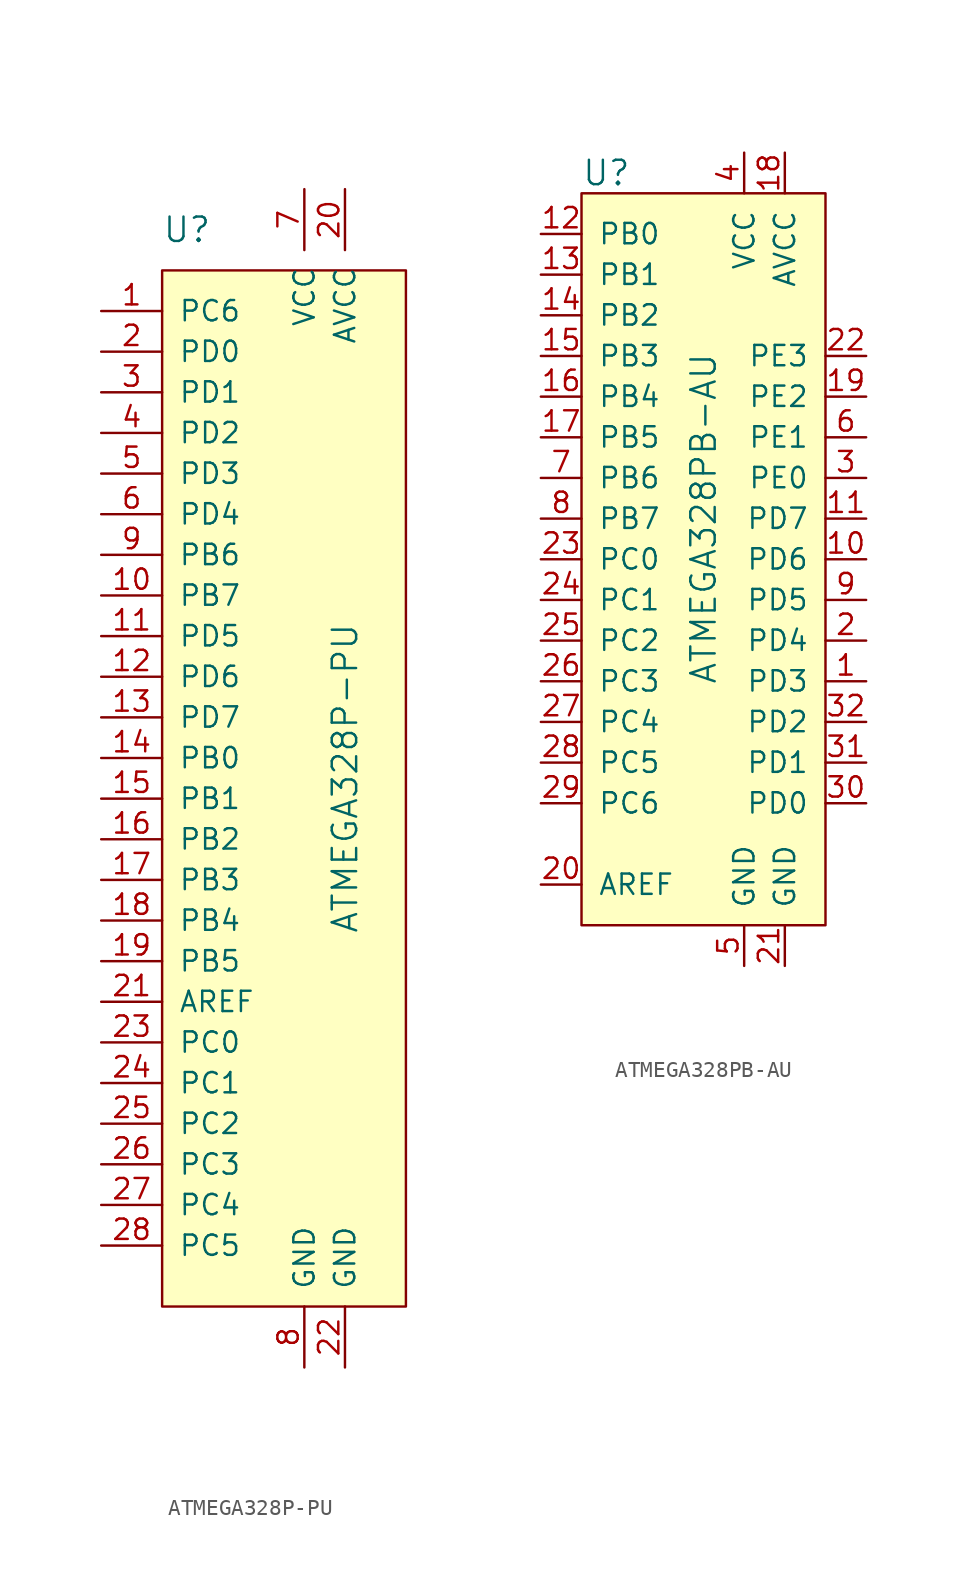
<source format=kicad_sym>
(kicad_symbol_lib
  (version 20211014)
  (generator kicad_symbol_editor)
  (symbol "ATMEGA328P-PU"
    (pin_names
      (offset 1.016))
    (property "Reference" "U"
      (at -8.89 33.02 0)
      (effects (font (size 1.524 1.524)) (justify left)))
    (property "Value" "ATMEGA328P-PU"
      (at 2.54 -1.27 90)
      (effects (font (size 1.524 1.524))))
    (symbol "ATMEGA328P-PU_0_1"
      (rectangle (start -8.89 30.48) (end 6.35 -34.29) (stroke (width 0) (type default) (color 0 0 0 0)) (fill (type background))))
    (symbol "ATMEGA328P-PU_1_1"
      (pin bidirectional line (at -12.7 27.94 0) (length 3.81) (name "PC6" (effects (font (size 1.27 1.27)))) (number "1" (effects (font (size 1.27 1.27)))))
      (pin bidirectional line (at -12.7 10.16 0) (length 3.81) (name "PB7" (effects (font (size 1.27 1.27)))) (number "10" (effects (font (size 1.27 1.27)))))
      (pin bidirectional line (at -12.7 7.62 0) (length 3.81) (name "PD5" (effects (font (size 1.27 1.27)))) (number "11" (effects (font (size 1.27 1.27)))))
      (pin bidirectional line (at -12.7 5.08 0) (length 3.81) (name "PD6" (effects (font (size 1.27 1.27)))) (number "12" (effects (font (size 1.27 1.27)))))
      (pin bidirectional line (at -12.7 2.54 0) (length 3.81) (name "PD7" (effects (font (size 1.27 1.27)))) (number "13" (effects (font (size 1.27 1.27)))))
      (pin bidirectional line (at -12.7 0 0) (length 3.81) (name "PB0" (effects (font (size 1.27 1.27)))) (number "14" (effects (font (size 1.27 1.27)))))
      (pin bidirectional line (at -12.7 -2.54 0) (length 3.81) (name "PB1" (effects (font (size 1.27 1.27)))) (number "15" (effects (font (size 1.27 1.27)))))
      (pin bidirectional line (at -12.7 -5.08 0) (length 3.81) (name "PB2" (effects (font (size 1.27 1.27)))) (number "16" (effects (font (size 1.27 1.27)))))
      (pin bidirectional line (at -12.7 -7.62 0) (length 3.81) (name "PB3" (effects (font (size 1.27 1.27)))) (number "17" (effects (font (size 1.27 1.27)))))
      (pin bidirectional line (at -12.7 -10.16 0) (length 3.81) (name "PB4" (effects (font (size 1.27 1.27)))) (number "18" (effects (font (size 1.27 1.27)))))
      (pin bidirectional line (at -12.7 -12.7 0) (length 3.81) (name "PB5" (effects (font (size 1.27 1.27)))) (number "19" (effects (font (size 1.27 1.27)))))
      (pin bidirectional line (at -12.7 25.4 0) (length 3.81) (name "PD0" (effects (font (size 1.27 1.27)))) (number "2" (effects (font (size 1.27 1.27)))))
      (pin power_in line (at 2.54 35.56 270) (length 3.81) (name "AVCC" (effects (font (size 1.27 1.27)))) (number "20" (effects (font (size 1.27 1.27)))))
      (pin input line (at -12.7 -15.24 0) (length 3.81) (name "AREF" (effects (font (size 1.27 1.27)))) (number "21" (effects (font (size 1.27 1.27)))))
      (pin power_in line (at 2.54 -38.1 90) (length 3.81) (name "GND" (effects (font (size 1.27 1.27)))) (number "22" (effects (font (size 1.27 1.27)))))
      (pin bidirectional line (at -12.7 -17.78 0) (length 3.81) (name "PC0" (effects (font (size 1.27 1.27)))) (number "23" (effects (font (size 1.27 1.27)))))
      (pin bidirectional line (at -12.7 -20.32 0) (length 3.81) (name "PC1" (effects (font (size 1.27 1.27)))) (number "24" (effects (font (size 1.27 1.27)))))
      (pin bidirectional line (at -12.7 -22.86 0) (length 3.81) (name "PC2" (effects (font (size 1.27 1.27)))) (number "25" (effects (font (size 1.27 1.27)))))
      (pin bidirectional line (at -12.7 -25.4 0) (length 3.81) (name "PC3" (effects (font (size 1.27 1.27)))) (number "26" (effects (font (size 1.27 1.27)))))
      (pin bidirectional line (at -12.7 -27.94 0) (length 3.81) (name "PC4" (effects (font (size 1.27 1.27)))) (number "27" (effects (font (size 1.27 1.27)))))
      (pin bidirectional line (at -12.7 -30.48 0) (length 3.81) (name "PC5" (effects (font (size 1.27 1.27)))) (number "28" (effects (font (size 1.27 1.27)))))
      (pin bidirectional line (at -12.7 22.86 0) (length 3.81) (name "PD1" (effects (font (size 1.27 1.27)))) (number "3" (effects (font (size 1.27 1.27)))))
      (pin bidirectional line (at -12.7 20.32 0) (length 3.81) (name "PD2" (effects (font (size 1.27 1.27)))) (number "4" (effects (font (size 1.27 1.27)))))
      (pin bidirectional line (at -12.7 17.78 0) (length 3.81) (name "PD3" (effects (font (size 1.27 1.27)))) (number "5" (effects (font (size 1.27 1.27)))))
      (pin bidirectional line (at -12.7 15.24 0) (length 3.81) (name "PD4" (effects (font (size 1.27 1.27)))) (number "6" (effects (font (size 1.27 1.27)))))
      (pin power_in line (at 0 35.56 270) (length 3.81) (name "VCC" (effects (font (size 1.27 1.27)))) (number "7" (effects (font (size 1.27 1.27)))))
      (pin power_in line (at 0 -38.1 90) (length 3.81) (name "GND" (effects (font (size 1.27 1.27)))) (number "8" (effects (font (size 1.27 1.27)))))
      (pin bidirectional line (at -12.7 12.7 0) (length 3.81) (name "PB6" (effects (font (size 1.27 1.27)))) (number "9" (effects (font (size 1.27 1.27)))))))
  (symbol "ATMEGA328PB-AU"
    (pin_names
      (offset 1.016))
    (property "Reference" "U"
      (at -10.16 13.97 0)
      (effects (font (size 1.524 1.524)) (justify left)))
    (property "Value" "ATMEGA328PB-AU"
      (at -2.54 -7.62 90)
      (effects (font (size 1.524 1.524))))
    (symbol "ATMEGA328PB-AU_0_1"
      (rectangle (start -10.16 12.7) (end 5.08 -33.02) (stroke (width 0) (type default) (color 0 0 0 0)) (fill (type background))))
    (symbol "ATMEGA328PB-AU_1_1"
      (pin bidirectional line (at 7.62 -17.78 180) (length 2.54) (name "PD3" (effects (font (size 1.27 1.27)))) (number "1" (effects (font (size 1.27 1.27)))))
      (pin bidirectional line (at 7.62 -10.16 180) (length 2.54) (name "PD6" (effects (font (size 1.27 1.27)))) (number "10" (effects (font (size 1.27 1.27)))))
      (pin bidirectional line (at 7.62 -7.62 180) (length 2.54) (name "PD7" (effects (font (size 1.27 1.27)))) (number "11" (effects (font (size 1.27 1.27)))))
      (pin bidirectional line (at -12.7 10.16 0) (length 2.54) (name "PB0" (effects (font (size 1.27 1.27)))) (number "12" (effects (font (size 1.27 1.27)))))
      (pin bidirectional line (at -12.7 7.62 0) (length 2.54) (name "PB1" (effects (font (size 1.27 1.27)))) (number "13" (effects (font (size 1.27 1.27)))))
      (pin bidirectional line (at -12.7 5.08 0) (length 2.54) (name "PB2" (effects (font (size 1.27 1.27)))) (number "14" (effects (font (size 1.27 1.27)))))
      (pin bidirectional line (at -12.7 2.54 0) (length 2.54) (name "PB3" (effects (font (size 1.27 1.27)))) (number "15" (effects (font (size 1.27 1.27)))))
      (pin bidirectional line (at -12.7 0 0) (length 2.54) (name "PB4" (effects (font (size 1.27 1.27)))) (number "16" (effects (font (size 1.27 1.27)))))
      (pin bidirectional line (at -12.7 -2.54 0) (length 2.54) (name "PB5" (effects (font (size 1.27 1.27)))) (number "17" (effects (font (size 1.27 1.27)))))
      (pin power_in line (at 2.54 15.24 270) (length 2.54) (name "AVCC" (effects (font (size 1.27 1.27)))) (number "18" (effects (font (size 1.27 1.27)))))
      (pin bidirectional line (at 7.62 0 180) (length 2.54) (name "PE2" (effects (font (size 1.27 1.27)))) (number "19" (effects (font (size 1.27 1.27)))))
      (pin bidirectional line (at 7.62 -15.24 180) (length 2.54) (name "PD4" (effects (font (size 1.27 1.27)))) (number "2" (effects (font (size 1.27 1.27)))))
      (pin input line (at -12.7 -30.48 0) (length 2.54) (name "AREF" (effects (font (size 1.27 1.27)))) (number "20" (effects (font (size 1.27 1.27)))))
      (pin power_in line (at 2.54 -35.56 90) (length 2.54) (name "GND" (effects (font (size 1.27 1.27)))) (number "21" (effects (font (size 1.27 1.27)))))
      (pin bidirectional line (at 7.62 2.54 180) (length 2.54) (name "PE3" (effects (font (size 1.27 1.27)))) (number "22" (effects (font (size 1.27 1.27)))))
      (pin bidirectional line (at -12.7 -10.16 0) (length 2.54) (name "PC0" (effects (font (size 1.27 1.27)))) (number "23" (effects (font (size 1.27 1.27)))))
      (pin bidirectional line (at -12.7 -12.7 0) (length 2.54) (name "PC1" (effects (font (size 1.27 1.27)))) (number "24" (effects (font (size 1.27 1.27)))))
      (pin bidirectional line (at -12.7 -15.24 0) (length 2.54) (name "PC2" (effects (font (size 1.27 1.27)))) (number "25" (effects (font (size 1.27 1.27)))))
      (pin bidirectional line (at -12.7 -17.78 0) (length 2.54) (name "PC3" (effects (font (size 1.27 1.27)))) (number "26" (effects (font (size 1.27 1.27)))))
      (pin bidirectional line (at -12.7 -20.32 0) (length 2.54) (name "PC4" (effects (font (size 1.27 1.27)))) (number "27" (effects (font (size 1.27 1.27)))))
      (pin bidirectional line (at -12.7 -22.86 0) (length 2.54) (name "PC5" (effects (font (size 1.27 1.27)))) (number "28" (effects (font (size 1.27 1.27)))))
      (pin bidirectional line (at -12.7 -25.4 0) (length 2.54) (name "PC6" (effects (font (size 1.27 1.27)))) (number "29" (effects (font (size 1.27 1.27)))))
      (pin bidirectional line (at 7.62 -5.08 180) (length 2.54) (name "PE0" (effects (font (size 1.27 1.27)))) (number "3" (effects (font (size 1.27 1.27)))))
      (pin bidirectional line (at 7.62 -25.4 180) (length 2.54) (name "PD0" (effects (font (size 1.27 1.27)))) (number "30" (effects (font (size 1.27 1.27)))))
      (pin bidirectional line (at 7.62 -22.86 180) (length 2.54) (name "PD1" (effects (font (size 1.27 1.27)))) (number "31" (effects (font (size 1.27 1.27)))))
      (pin bidirectional line (at 7.62 -20.32 180) (length 2.54) (name "PD2" (effects (font (size 1.27 1.27)))) (number "32" (effects (font (size 1.27 1.27)))))
      (pin power_in line (at 0 15.24 270) (length 2.54) (name "VCC" (effects (font (size 1.27 1.27)))) (number "4" (effects (font (size 1.27 1.27)))))
      (pin power_in line (at 0 -35.56 90) (length 2.54) (name "GND" (effects (font (size 1.27 1.27)))) (number "5" (effects (font (size 1.27 1.27)))))
      (pin bidirectional line (at 7.62 -2.54 180) (length 2.54) (name "PE1" (effects (font (size 1.27 1.27)))) (number "6" (effects (font (size 1.27 1.27)))))
      (pin bidirectional line (at -12.7 -5.08 0) (length 2.54) (name "PB6" (effects (font (size 1.27 1.27)))) (number "7" (effects (font (size 1.27 1.27)))))
      (pin bidirectional line (at -12.7 -7.62 0) (length 2.54) (name "PB7" (effects (font (size 1.27 1.27)))) (number "8" (effects (font (size 1.27 1.27)))))
      (pin bidirectional line (at 7.62 -12.7 180) (length 2.54) (name "PD5" (effects (font (size 1.27 1.27)))) (number "9" (effects (font (size 1.27 1.27))))))))
</source>
